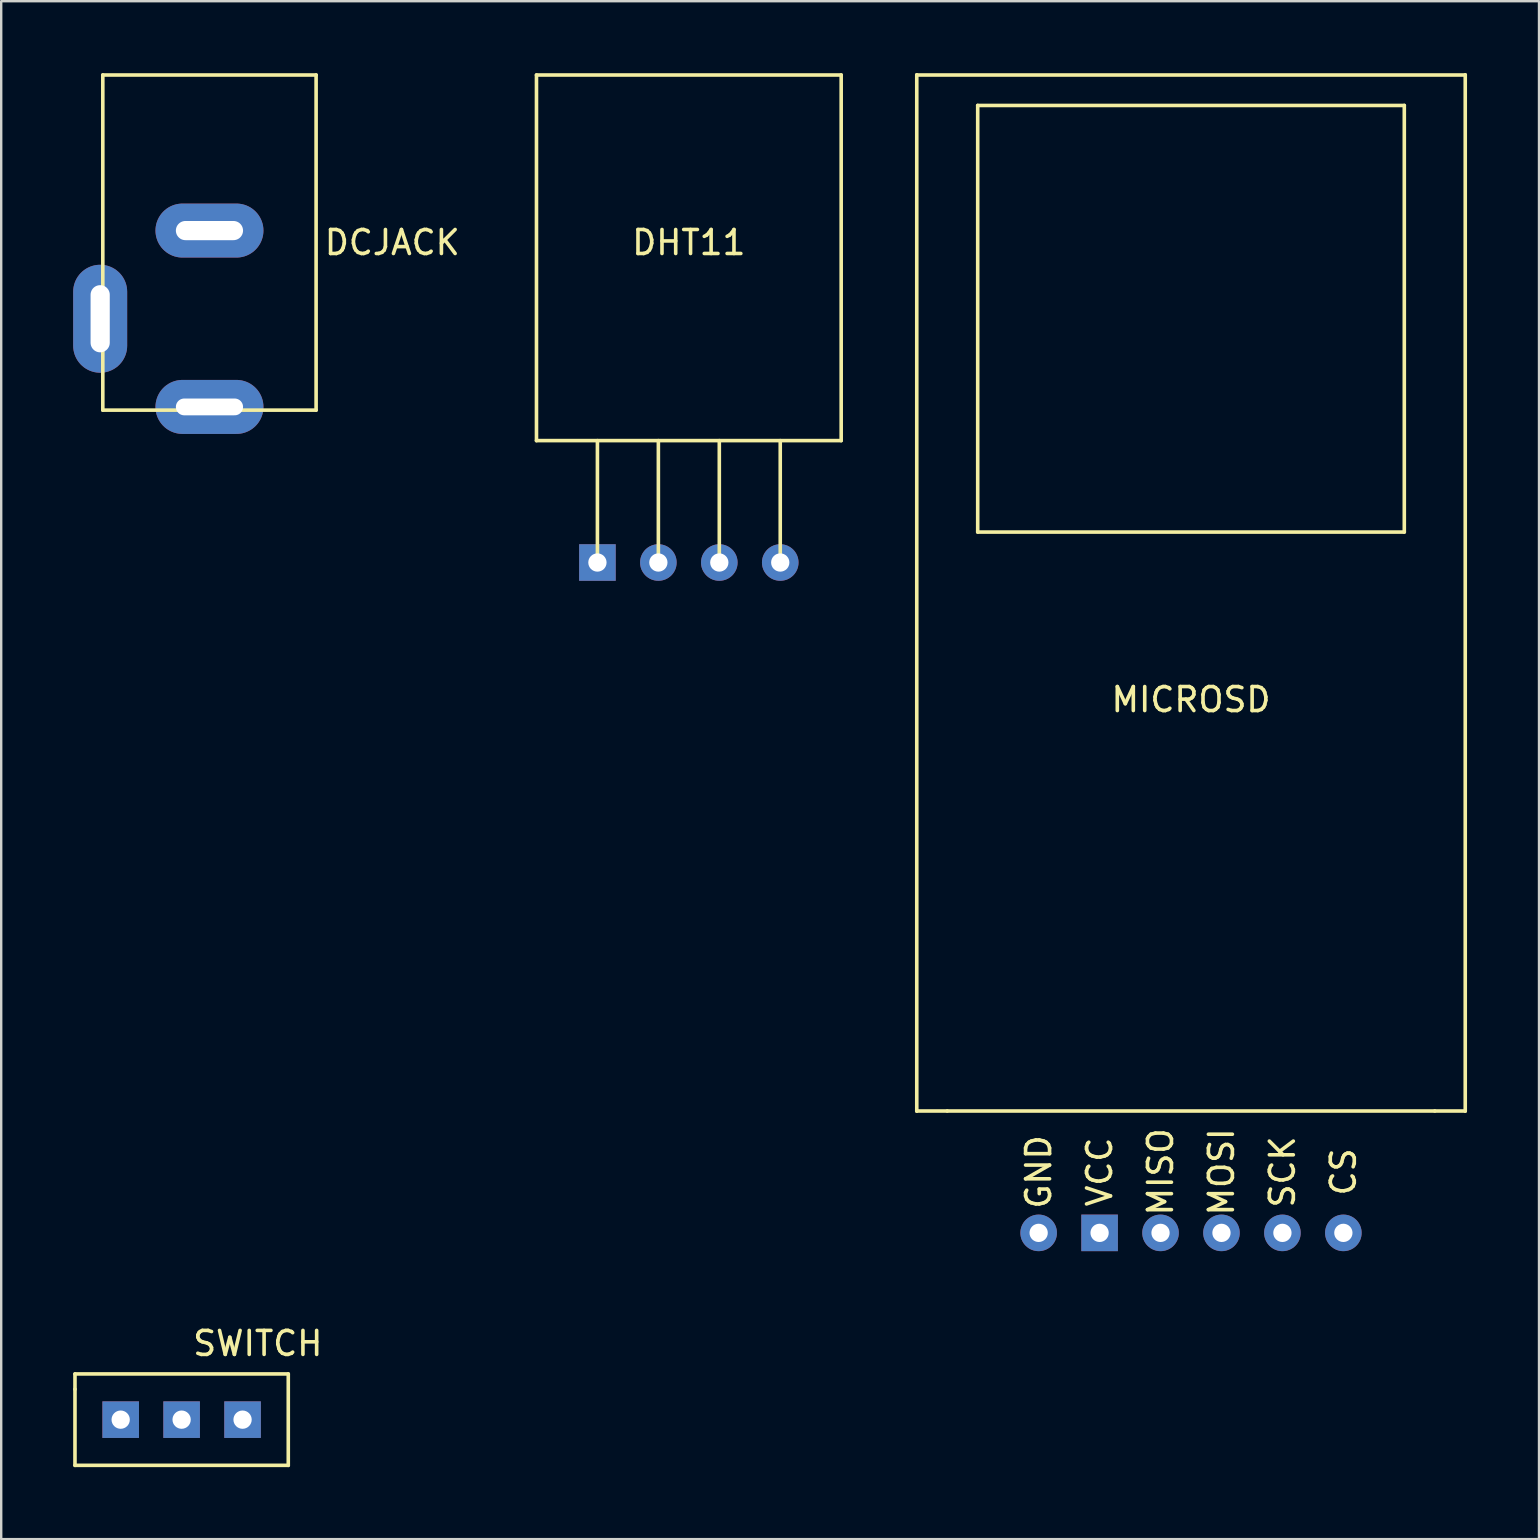
<source format=kicad_pcb>
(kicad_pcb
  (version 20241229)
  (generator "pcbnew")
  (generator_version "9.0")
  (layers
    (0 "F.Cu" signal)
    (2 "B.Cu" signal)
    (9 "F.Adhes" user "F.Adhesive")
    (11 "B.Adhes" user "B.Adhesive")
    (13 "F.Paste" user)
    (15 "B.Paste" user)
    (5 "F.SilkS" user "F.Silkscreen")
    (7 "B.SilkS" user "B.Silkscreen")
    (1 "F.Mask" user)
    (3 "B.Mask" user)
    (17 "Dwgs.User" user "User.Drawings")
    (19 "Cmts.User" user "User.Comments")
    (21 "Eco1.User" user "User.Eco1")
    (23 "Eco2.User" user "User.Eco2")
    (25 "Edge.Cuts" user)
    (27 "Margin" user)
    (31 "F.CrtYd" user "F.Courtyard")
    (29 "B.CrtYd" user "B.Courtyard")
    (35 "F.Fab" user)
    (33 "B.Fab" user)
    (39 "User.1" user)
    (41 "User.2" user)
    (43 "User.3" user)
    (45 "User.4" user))
  (footprint "DHT11"
    (layer "F.Cu")
    (at 25.66 7.695)
    (property "Reference" "DHT11" (at 0 -0.635 0) (layer "F.SilkS") (effects (font (size 1 1) (thickness 0.15))))
    (attr through_hole)
    (fp_line (start -6.35 -7.62) (end -6.35 7.62) (stroke (width 0.15) (type solid)) (layer "F.SilkS"))
    (fp_line (start -6.35 7.62) (end 6.35 7.62) (stroke (width 0.15) (type solid)) (layer "F.SilkS"))
    (fp_line (start -3.81 7.62) (end -3.81 12.7) (stroke (width 0.15) (type solid)) (layer "F.SilkS"))
    (fp_line (start -1.27 7.62) (end -1.27 12.7) (stroke (width 0.15) (type solid)) (layer "F.SilkS"))
    (fp_line (start 1.27 7.62) (end 1.27 12.7) (stroke (width 0.15) (type solid)) (layer "F.SilkS"))
    (fp_line (start 3.81 7.62) (end 3.81 12.7) (stroke (width 0.15) (type solid)) (layer "F.SilkS"))
    (fp_line (start 6.35 -7.62) (end -6.35 -7.62) (stroke (width 0.15) (type solid)) (layer "F.SilkS"))
    (fp_line (start 6.35 7.62) (end 6.35 -7.62) (stroke (width 0.15) (type solid)) (layer "F.SilkS"))
    (pad "1" thru_hole circle (at 3.81 12.7) (size 1.524 1.524) (drill 0.762) (layers "*.Cu" "*.Mask"))
    (pad "2" thru_hole circle (at 1.27 12.7) (size 1.524 1.524) (drill 0.762) (layers "*.Cu" "*.Mask"))
    (pad "3" thru_hole circle (at -1.27 12.7) (size 1.524 1.524) (drill 0.762) (layers "*.Cu" "*.Mask"))
    (pad "4" thru_hole rect (at -3.81 12.7) (size 1.524 1.524) (drill 0.762) (layers "*.Cu" "*.Mask")))
  (footprint "MICROSD"
    (layer "F.Cu")
    (at 47.86 34.365)
    (property "Reference" "MICROSD" (at -1.27 -8.255 0) (layer "F.SilkS") (effects (font (size 1 1) (thickness 0.15))))
    (attr through_hole)
    (fp_line (start -12.7 -34.29) (end -12.7 -34.29) (stroke (width 0.15) (type solid)) (layer "F.SilkS"))
    (fp_line (start -12.7 8.89) (end -12.7 -34.29) (stroke (width 0.15) (type solid)) (layer "F.SilkS"))
    (fp_line (start -12.7 8.89) (end -12.7 8.89) (stroke (width 0.15) (type solid)) (layer "F.SilkS"))
    (fp_line (start -12.7 8.89) (end -11.43 8.89) (stroke (width 0.15) (type solid)) (layer "F.SilkS"))
    (fp_line (start -11.43 8.89) (end 8.89 8.89) (stroke (width 0.15) (type solid)) (layer "F.SilkS"))
    (fp_line (start -10.16 -33.02) (end -10.16 -15.24) (stroke (width 0.15) (type solid)) (layer "F.SilkS"))
    (fp_line (start -10.16 -15.24) (end 7.62 -15.24) (stroke (width 0.15) (type solid)) (layer "F.SilkS"))
    (fp_line (start 7.62 -33.02) (end -10.16 -33.02) (stroke (width 0.15) (type solid)) (layer "F.SilkS"))
    (fp_line (start 7.62 -15.24) (end 7.62 -33.02) (stroke (width 0.15) (type solid)) (layer "F.SilkS"))
    (fp_line (start 10.16 -34.29) (end -12.7 -34.29) (stroke (width 0.15) (type solid)) (layer "F.SilkS"))
    (fp_line (start 10.16 -34.29) (end 10.16 -34.29) (stroke (width 0.15) (type solid)) (layer "F.SilkS"))
    (fp_line (start 10.16 8.89) (end 8.89 8.89) (stroke (width 0.15) (type solid)) (layer "F.SilkS"))
    (fp_line (start 10.16 8.89) (end 10.16 -34.29) (stroke (width 0.15) (type solid)) (layer "F.SilkS"))
    (fp_line (start 10.16 8.89) (end 10.16 8.89) (stroke (width 0.15) (type solid)) (layer "F.SilkS"))
    (fp_text user "MOSI" (at 0 11.43 90) (layer "F.SilkS") (effects (font (size 1 1) (thickness 0.15))))
    (fp_text user "MISO" (at -2.54 11.43 90) (layer "F.SilkS") (effects (font (size 1 1) (thickness 0.15))))
    (fp_text user "GND" (at -7.62 11.43 90) (layer "F.SilkS") (effects (font (size 1 1) (thickness 0.15))))
    (fp_text user "SCK" (at 2.54 11.43 90) (layer "F.SilkS") (effects (font (size 1 1) (thickness 0.15))))
    (fp_text user "VCC" (at -5.08 11.43 90) (layer "F.SilkS") (effects (font (size 1 1) (thickness 0.15))))
    (fp_text user "CS" (at 5.08 11.43 90) (layer "F.SilkS") (effects (font (size 1 1) (thickness 0.15))))
    (pad "1" thru_hole circle (at 5.08 13.97) (size 1.524 1.524) (drill 0.762) (layers "*.Cu" "*.Mask"))
    (pad "2" thru_hole circle (at 2.54 13.97) (size 1.524 1.524) (drill 0.762) (layers "*.Cu" "*.Mask"))
    (pad "3" thru_hole circle (at 0 13.97) (size 1.524 1.524) (drill 0.762) (layers "*.Cu" "*.Mask"))
    (pad "4" thru_hole circle (at -2.54 13.97) (size 1.524 1.524) (drill 0.762) (layers "*.Cu" "*.Mask"))
    (pad "5" thru_hole rect (at -5.08 13.97) (size 1.524 1.524) (drill 0.762) (layers "*.Cu" "*.Mask"))
    (pad "6" thru_hole circle (at -7.62 13.97) (size 1.524 1.524) (drill 0.762) (layers "*.Cu" "*.Mask")))
  (footprint "SWITCH"
    (layer "F.Cu")
    (at 4.52 56.12)
    (property "Reference" "SWITCH" (at 3.175 -3.175 0) (layer "F.SilkS") (effects (font (size 1 1) (thickness 0.15))))
    (attr through_hole)
    (fp_line (start -4.445 -1.905) (end 4.445 -1.905) (stroke (width 0.15) (type solid)) (layer "F.SilkS"))
    (fp_line (start -4.445 -1.27) (end -4.445 -1.905) (stroke (width 0.15) (type solid)) (layer "F.SilkS"))
    (fp_line (start -4.445 1.905) (end -4.445 -1.27) (stroke (width 0.15) (type solid)) (layer "F.SilkS"))
    (fp_line (start 4.445 -1.905) (end 4.445 1.905) (stroke (width 0.15) (type solid)) (layer "F.SilkS"))
    (fp_line (start 4.445 1.905) (end -4.445 1.905) (stroke (width 0.15) (type solid)) (layer "F.SilkS"))
    (pad "1" thru_hole rect (at -2.54 0) (size 1.524 1.524) (drill 0.762) (layers "*.Cu" "*.Mask"))
    (pad "2" thru_hole rect (at 0 0) (size 1.524 1.524) (drill 0.762) (layers "*.Cu" "*.Mask"))
    (pad "3" thru_hole rect (at 2.54 0) (size 1.524 1.524) (drill 0.762) (layers "*.Cu" "*.Mask")))
  (footprint "DCJACK"
    (layer "F.Cu")
    (at 5.68 6.425)
    (property "Reference" "DCJACK" (at 7.62 0.635 0) (layer "F.SilkS") (effects (font (size 1 1) (thickness 0.15))))
    (attr through_hole)
    (fp_line (start -4.445 -6.35) (end -4.445 7.62) (stroke (width 0.15) (type solid)) (layer "F.SilkS"))
    (fp_line (start 4.445 -6.35) (end -4.445 -6.35) (stroke (width 0.15) (type solid)) (layer "F.SilkS"))
    (fp_line (start 4.445 7.62) (end -4.445 7.62) (stroke (width 0.15) (type solid)) (layer "F.SilkS"))
    (fp_line (start 4.445 7.62) (end 4.445 -6.35) (stroke (width 0.15) (type solid)) (layer "F.SilkS"))
    (pad "1" thru_hole oval (at 0 7.485) (size 4.5 2.25) (drill oval 2.8 0.7) (layers "*.Cu" "*.Mask"))
    (pad "2" thru_hole oval (at -4.555 3.81) (size 2.25 4.5) (drill oval 0.8 2.8) (layers "*.Cu" "*.Mask"))
    (pad "3" thru_hole oval (at 0 0.135) (size 4.5 2.25) (drill oval 2.8 0.8) (layers "*.Cu" "*.Mask")))
  (gr_rect
    (start -3 -3)
    (end 61.095 61.1)
    (stroke (width 0.1) (type default))
    (fill no)
    (layer "Edge.Cuts")))
</source>
